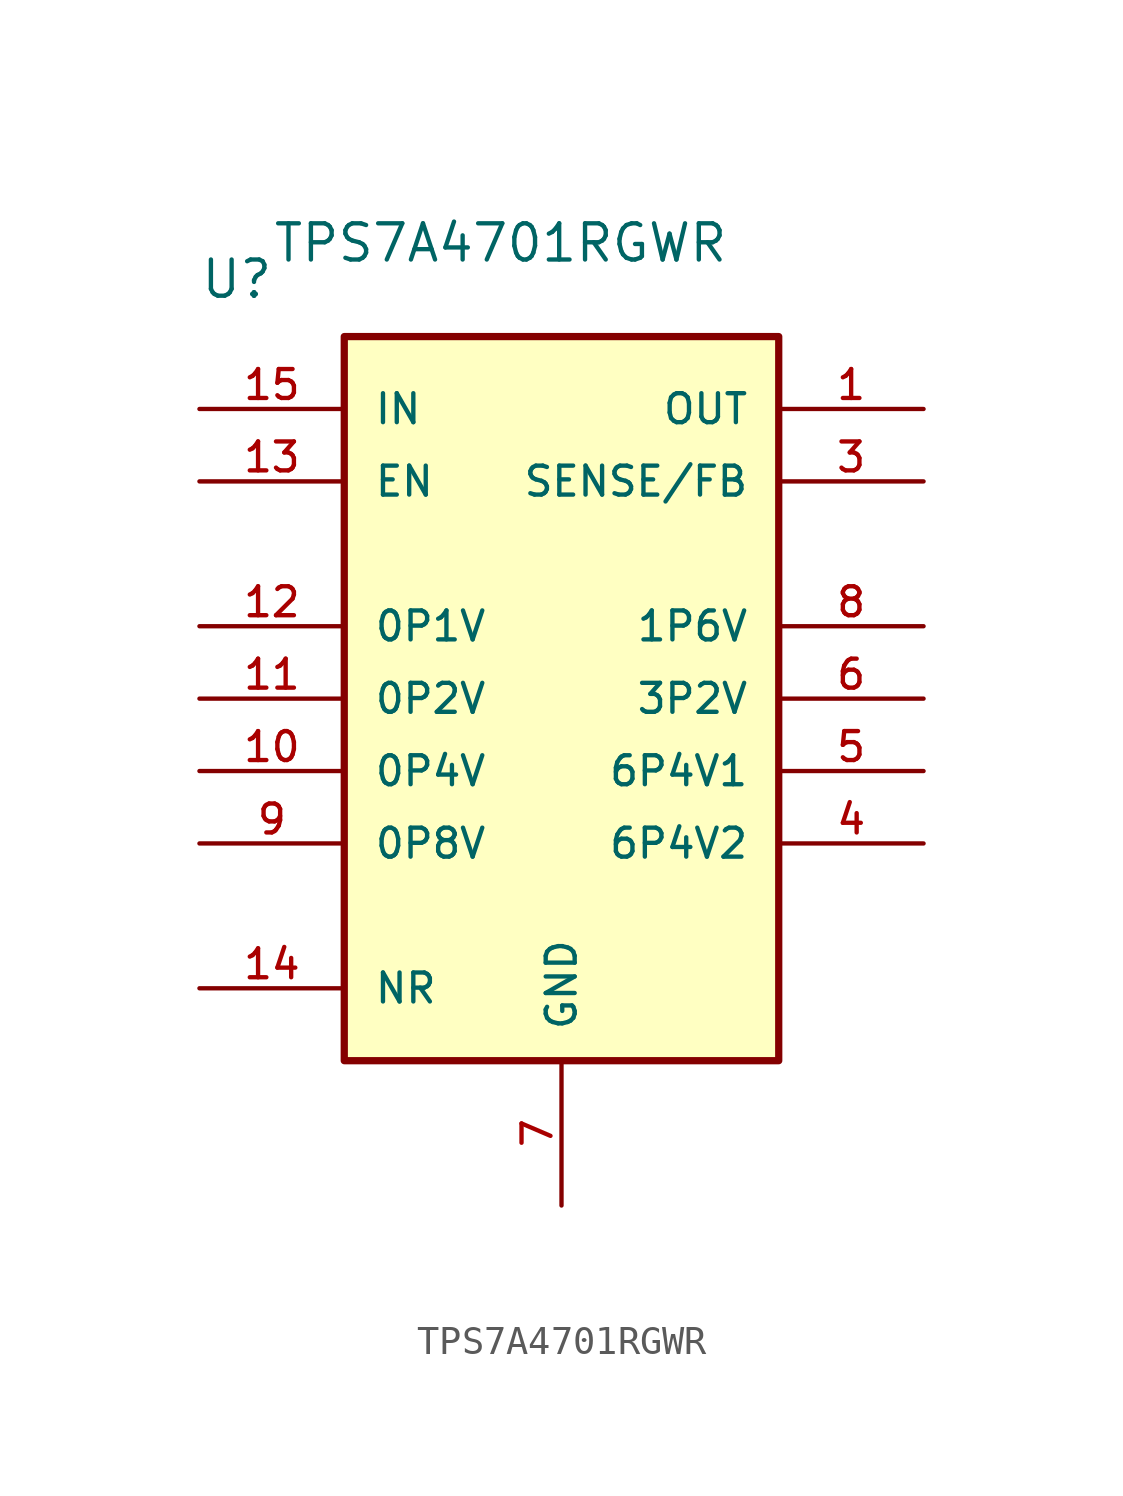
<source format=kicad_sym>
(kicad_symbol_lib
  (version 20211014)
  (generator kicad_symbol_editor)
  (symbol "TPS7A4701RGWR"
    (pin_names
      (offset 1.016))
    (property "Reference" "U"
      (at -12.7 26.67 0)
      (effects (font (size 1.27 1.27)) (justify left bottom)))
    (property "Value" "TPS7A4701RGWR"
      (at -10.16 27.94 0)
      (effects (font (size 1.27 1.27)) (justify left bottom)))
    (symbol "TPS7A4701RGWR_0_0"
      (rectangle (start -7.62 25.4) (end 7.62 0) (stroke (width 0.254) (type default) (color 0 0 0 0)) (fill (type background)))
      (pin output line (at 12.7 22.86 180) (length 5.08) (name "OUT" (effects (font (size 1.016 1.016)))) (number "1" (effects (font (size 1.016 1.016)))))
      (pin input line (at -12.7 10.16 0) (length 5.08) (name "0P4V" (effects (font (size 1.016 1.016)))) (number "10" (effects (font (size 1.016 1.016)))))
      (pin input line (at -12.7 12.7 0) (length 5.08) (name "0P2V" (effects (font (size 1.016 1.016)))) (number "11" (effects (font (size 1.016 1.016)))))
      (pin input line (at -12.7 15.24 0) (length 5.08) (name "0P1V" (effects (font (size 1.016 1.016)))) (number "12" (effects (font (size 1.016 1.016)))))
      (pin input line (at -12.7 20.32 0) (length 5.08) (name "EN" (effects (font (size 1.016 1.016)))) (number "13" (effects (font (size 1.016 1.016)))))
      (pin passive line (at -12.7 2.54 0) (length 5.08) (name "NR" (effects (font (size 1.016 1.016)))) (number "14" (effects (font (size 1.016 1.016)))))
      (pin input line (at -12.7 22.86 0) (length 5.08) (name "IN" (effects (font (size 1.016 1.016)))) (number "15" (effects (font (size 1.016 1.016)))))
      (pin input line (at -12.7 22.86 0) (length 5.08) hide (name "IN" (effects (font (size 1.016 1.016)))) (number "16" (effects (font (size 1.016 1.016)))))
      (pin input line (at 0 -5.08 90) (length 5.08) hide (name "NC" (effects (font (size 1.016 1.016)))) (number "17" (effects (font (size 1.016 1.016)))))
      (pin input line (at 0 -5.08 90) (length 5.08) hide (name "NC" (effects (font (size 1.016 1.016)))) (number "18" (effects (font (size 1.016 1.016)))))
      (pin input line (at 0 -5.08 90) (length 5.08) hide (name "NC" (effects (font (size 1.016 1.016)))) (number "19" (effects (font (size 1.016 1.016)))))
      (pin input line (at 0 -5.08 90) (length 5.08) hide (name "NC" (effects (font (size 1.016 1.016)))) (number "2" (effects (font (size 1.016 1.016)))))
      (pin input line (at 0 -5.08 90) (length 5.08) hide (name "NC" (effects (font (size 1.016 1.016)))) (number "2" (effects (font (size 1.016 1.016)))))
      (pin output line (at 12.7 22.86 180) (length 5.08) hide (name "OUT" (effects (font (size 1.016 1.016)))) (number "20" (effects (font (size 1.016 1.016)))))
      (pin power_in line (at 0 -5.08 90) (length 5.08) hide (name "GND" (effects (font (size 1.016 1.016)))) (number "21" (effects (font (size 1.016 1.016)))))
      (pin input line (at 12.7 20.32 180) (length 5.08) (name "SENSE/FB" (effects (font (size 1.016 1.016)))) (number "3" (effects (font (size 1.016 1.016)))))
      (pin input line (at 12.7 7.62 180) (length 5.08) (name "6P4V2" (effects (font (size 1.016 1.016)))) (number "4" (effects (font (size 1.016 1.016)))))
      (pin input line (at 12.7 10.16 180) (length 5.08) (name "6P4V1" (effects (font (size 1.016 1.016)))) (number "5" (effects (font (size 1.016 1.016)))))
      (pin input line (at 12.7 12.7 180) (length 5.08) (name "3P2V" (effects (font (size 1.016 1.016)))) (number "6" (effects (font (size 1.016 1.016)))))
      (pin power_in line (at 0 -5.08 90) (length 5.08) (name "GND" (effects (font (size 1.016 1.016)))) (number "7" (effects (font (size 1.016 1.016)))))
      (pin input line (at 12.7 15.24 180) (length 5.08) (name "1P6V" (effects (font (size 1.016 1.016)))) (number "8" (effects (font (size 1.016 1.016)))))
      (pin input line (at -12.7 7.62 0) (length 5.08) (name "0P8V" (effects (font (size 1.016 1.016)))) (number "9" (effects (font (size 1.016 1.016))))))))
</source>
